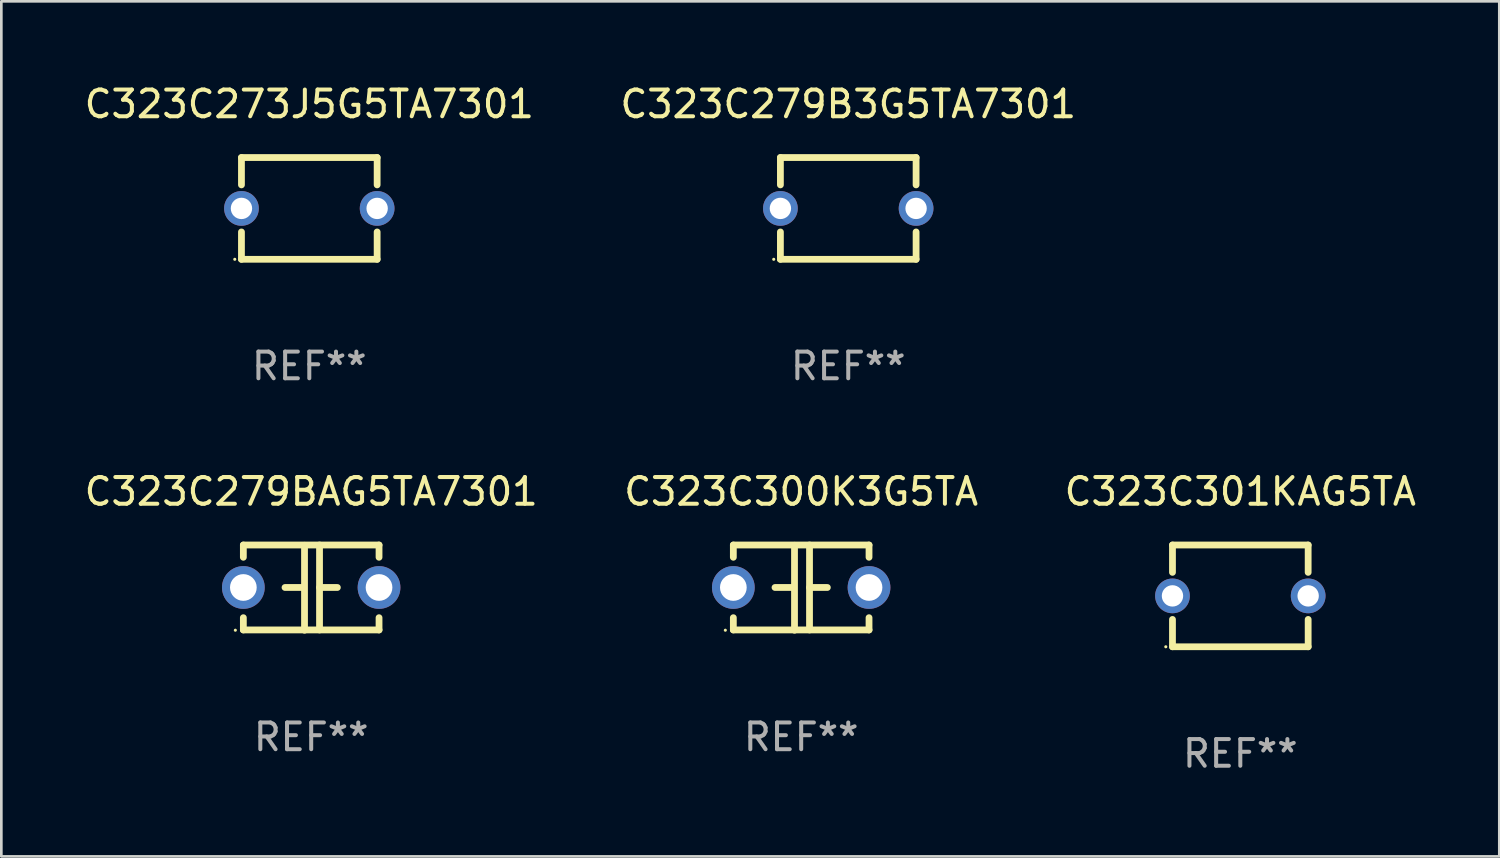
<source format=kicad_pcb>
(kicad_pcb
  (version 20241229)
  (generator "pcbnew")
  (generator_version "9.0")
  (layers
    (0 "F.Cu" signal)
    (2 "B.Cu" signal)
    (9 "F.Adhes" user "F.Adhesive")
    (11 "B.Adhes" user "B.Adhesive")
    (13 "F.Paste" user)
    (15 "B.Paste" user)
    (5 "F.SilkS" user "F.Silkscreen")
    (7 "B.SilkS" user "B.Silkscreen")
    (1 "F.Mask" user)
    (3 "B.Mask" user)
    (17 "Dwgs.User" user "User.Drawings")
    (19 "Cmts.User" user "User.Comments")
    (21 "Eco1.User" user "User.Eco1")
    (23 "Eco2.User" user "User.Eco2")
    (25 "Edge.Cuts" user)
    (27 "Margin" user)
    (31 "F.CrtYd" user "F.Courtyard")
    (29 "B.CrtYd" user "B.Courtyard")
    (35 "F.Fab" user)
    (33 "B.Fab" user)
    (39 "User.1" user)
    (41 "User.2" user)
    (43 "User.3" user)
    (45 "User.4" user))
  (footprint "C323C273J5G5TA7301"
    (layer "F.Cu")
    (at 8.53 4.753)
    (property "Reference" "C323C273J5G5TA7301" (at 0 -3.905 0) (layer "F.SilkS") (effects (font (size 1 1) (thickness 0.15))))
    (attr through_hole)
    (fp_line (start -2.54 -1.905) (end -2.54 -0.881) (stroke (width 0.254) (type solid)) (layer "F.SilkS"))
    (fp_line (start -2.54 0.881) (end -2.54 1.905) (stroke (width 0.254) (type solid)) (layer "F.SilkS"))
    (fp_line (start -2.54 1.905) (end 2.54 1.905) (stroke (width 0.254) (type solid)) (layer "F.SilkS"))
    (fp_line (start 2.54 -1.905) (end -2.54 -1.905) (stroke (width 0.254) (type solid)) (layer "F.SilkS"))
    (fp_line (start 2.54 -0.881) (end 2.54 -1.905) (stroke (width 0.254) (type solid)) (layer "F.SilkS"))
    (fp_line (start 2.54 1.905) (end 2.54 0.881) (stroke (width 0.254) (type solid)) (layer "F.SilkS"))
    (fp_circle (center -2.79 1.905) (end -2.76 1.905) (stroke (width 0.06) (type solid)) (fill no) (layer "F.SilkS"))
    (fp_text user "REF**" (at 0 5.905 0) (layer "F.Fab") (effects (font (size 1 1) (thickness 0.15))))
    (pad "1" thru_hole circle (at -2.54 0) (size 1.3 1.3) (drill 0.8) (layers "*.Cu" "*.Mask"))
    (pad "2" thru_hole circle (at 2.54 0) (size 1.3 1.3) (drill 0.8) (layers "*.Cu" "*.Mask")))
  (footprint "C323C279B3G5TA7301"
    (layer "F.Cu")
    (at 28.708 4.753)
    (property "Reference" "C323C279B3G5TA7301" (at 0 -3.905 0) (layer "F.SilkS") (effects (font (size 1 1) (thickness 0.15))))
    (attr through_hole)
    (fp_line (start -2.54 -1.905) (end -2.54 -0.881) (stroke (width 0.254) (type solid)) (layer "F.SilkS"))
    (fp_line (start -2.54 0.881) (end -2.54 1.905) (stroke (width 0.254) (type solid)) (layer "F.SilkS"))
    (fp_line (start -2.54 1.905) (end 2.54 1.905) (stroke (width 0.254) (type solid)) (layer "F.SilkS"))
    (fp_line (start 2.54 -1.905) (end -2.54 -1.905) (stroke (width 0.254) (type solid)) (layer "F.SilkS"))
    (fp_line (start 2.54 -0.881) (end 2.54 -1.905) (stroke (width 0.254) (type solid)) (layer "F.SilkS"))
    (fp_line (start 2.54 1.905) (end 2.54 0.881) (stroke (width 0.254) (type solid)) (layer "F.SilkS"))
    (fp_circle (center -2.79 1.905) (end -2.76 1.905) (stroke (width 0.06) (type solid)) (fill no) (layer "F.SilkS"))
    (fp_text user "REF**" (at 0 5.905 0) (layer "F.Fab") (effects (font (size 1 1) (thickness 0.15))))
    (pad "1" thru_hole circle (at -2.54 0) (size 1.3 1.3) (drill 0.8) (layers "*.Cu" "*.Mask"))
    (pad "2" thru_hole circle (at 2.54 0) (size 1.3 1.3) (drill 0.8) (layers "*.Cu" "*.Mask")))
  (footprint "C323C301KAG5TA"
    (layer "F.Cu")
    (at 43.387 19.26)
    (property "Reference" "C323C301KAG5TA" (at 0 -3.905 0) (layer "F.SilkS") (effects (font (size 1 1) (thickness 0.15))))
    (attr through_hole)
    (fp_line (start -2.54 -1.905) (end -2.54 -0.881) (stroke (width 0.254) (type solid)) (layer "F.SilkS"))
    (fp_line (start -2.54 0.881) (end -2.54 1.905) (stroke (width 0.254) (type solid)) (layer "F.SilkS"))
    (fp_line (start -2.54 1.905) (end 2.54 1.905) (stroke (width 0.254) (type solid)) (layer "F.SilkS"))
    (fp_line (start 2.54 -1.905) (end -2.54 -1.905) (stroke (width 0.254) (type solid)) (layer "F.SilkS"))
    (fp_line (start 2.54 -0.881) (end 2.54 -1.905) (stroke (width 0.254) (type solid)) (layer "F.SilkS"))
    (fp_line (start 2.54 1.905) (end 2.54 0.881) (stroke (width 0.254) (type solid)) (layer "F.SilkS"))
    (fp_circle (center -2.79 1.905) (end -2.76 1.905) (stroke (width 0.06) (type solid)) (fill no) (layer "F.SilkS"))
    (fp_text user "REF**" (at 0 5.905 0) (layer "F.Fab") (effects (font (size 1 1) (thickness 0.15))))
    (pad "1" thru_hole circle (at -2.54 0) (size 1.3 1.3) (drill 0.8) (layers "*.Cu" "*.Mask"))
    (pad "2" thru_hole circle (at 2.54 0) (size 1.3 1.3) (drill 0.8) (layers "*.Cu" "*.Mask")))
  (footprint "C323C279BAG5TA7301"
    (layer "F.Cu")
    (at 8.601 18.95)
    (property "Reference" "C323C279BAG5TA7301" (at 0 -3.595 0) (layer "F.SilkS") (effects (font (size 1 1) (thickness 0.15))))
    (attr through_hole)
    (fp_line (start -2.54 -1.595) (end -2.54 -1.136) (stroke (width 0.254) (type solid)) (layer "F.SilkS"))
    (fp_line (start -2.54 -1.595) (end 2.54 -1.595) (stroke (width 0.254) (type solid)) (layer "F.SilkS"))
    (fp_line (start -2.54 1.126) (end -2.54 1.585) (stroke (width 0.254) (type solid)) (layer "F.SilkS"))
    (fp_line (start -0.312 -0.005) (end -0.98 -0.005) (stroke (width 0.254) (type solid)) (layer "F.SilkS"))
    (fp_line (start -0.25 -1.585) (end -0.25 1.595) (stroke (width 0.254) (type solid)) (layer "F.SilkS"))
    (fp_line (start 0.312 -1.595) (end 0.312 1.585) (stroke (width 0.254) (type solid)) (layer "F.SilkS"))
    (fp_line (start 0.312 -0.005) (end 0.98 -0.005) (stroke (width 0.254) (type solid)) (layer "F.SilkS"))
    (fp_line (start 2.54 -1.595) (end 2.54 -1.136) (stroke (width 0.254) (type solid)) (layer "F.SilkS"))
    (fp_line (start 2.54 1.126) (end 2.54 1.585) (stroke (width 0.254) (type solid)) (layer "F.SilkS"))
    (fp_line (start 2.54 1.585) (end -2.54 1.585) (stroke (width 0.254) (type solid)) (layer "F.SilkS"))
    (fp_circle (center -2.84 1.595) (end -2.81 1.595) (stroke (width 0.06) (type solid)) (fill no) (layer "F.SilkS"))
    (fp_text user "REF**" (at 0 5.595 0) (layer "F.Fab") (effects (font (size 1 1) (thickness 0.15))))
    (pad "1" thru_hole circle (at -2.54 -0.005) (size 1.6 1.6) (drill 1) (layers "*.Cu" "*.Mask"))
    (pad "2" thru_hole circle (at 2.54 -0.005) (size 1.6 1.6) (drill 1) (layers "*.Cu" "*.Mask")))
  (footprint "C323C300K3G5TA"
    (layer "F.Cu")
    (at 26.946 18.95)
    (property "Reference" "C323C300K3G5TA" (at 0 -3.595 0) (layer "F.SilkS") (effects (font (size 1 1) (thickness 0.15))))
    (attr through_hole)
    (fp_line (start -2.54 -1.595) (end -2.54 -1.136) (stroke (width 0.254) (type solid)) (layer "F.SilkS"))
    (fp_line (start -2.54 -1.595) (end 2.54 -1.595) (stroke (width 0.254) (type solid)) (layer "F.SilkS"))
    (fp_line (start -2.54 1.126) (end -2.54 1.585) (stroke (width 0.254) (type solid)) (layer "F.SilkS"))
    (fp_line (start -0.312 -0.005) (end -0.98 -0.005) (stroke (width 0.254) (type solid)) (layer "F.SilkS"))
    (fp_line (start -0.25 -1.585) (end -0.25 1.595) (stroke (width 0.254) (type solid)) (layer "F.SilkS"))
    (fp_line (start 0.312 -1.595) (end 0.312 1.585) (stroke (width 0.254) (type solid)) (layer "F.SilkS"))
    (fp_line (start 0.312 -0.005) (end 0.98 -0.005) (stroke (width 0.254) (type solid)) (layer "F.SilkS"))
    (fp_line (start 2.54 -1.595) (end 2.54 -1.136) (stroke (width 0.254) (type solid)) (layer "F.SilkS"))
    (fp_line (start 2.54 1.126) (end 2.54 1.585) (stroke (width 0.254) (type solid)) (layer "F.SilkS"))
    (fp_line (start 2.54 1.585) (end -2.54 1.585) (stroke (width 0.254) (type solid)) (layer "F.SilkS"))
    (fp_circle (center -2.84 1.595) (end -2.81 1.595) (stroke (width 0.06) (type solid)) (fill no) (layer "F.SilkS"))
    (fp_text user "REF**" (at 0 5.595 0) (layer "F.Fab") (effects (font (size 1 1) (thickness 0.15))))
    (pad "1" thru_hole circle (at -2.54 -0.005) (size 1.6 1.6) (drill 1) (layers "*.Cu" "*.Mask"))
    (pad "2" thru_hole circle (at 2.54 -0.005) (size 1.6 1.6) (drill 1) (layers "*.Cu" "*.Mask")))
  (gr_rect
    (start -3 -3)
    (end 53.083 29.013)
    (stroke (width 0.1) (type default))
    (fill no)
    (layer "Edge.Cuts")))
</source>
